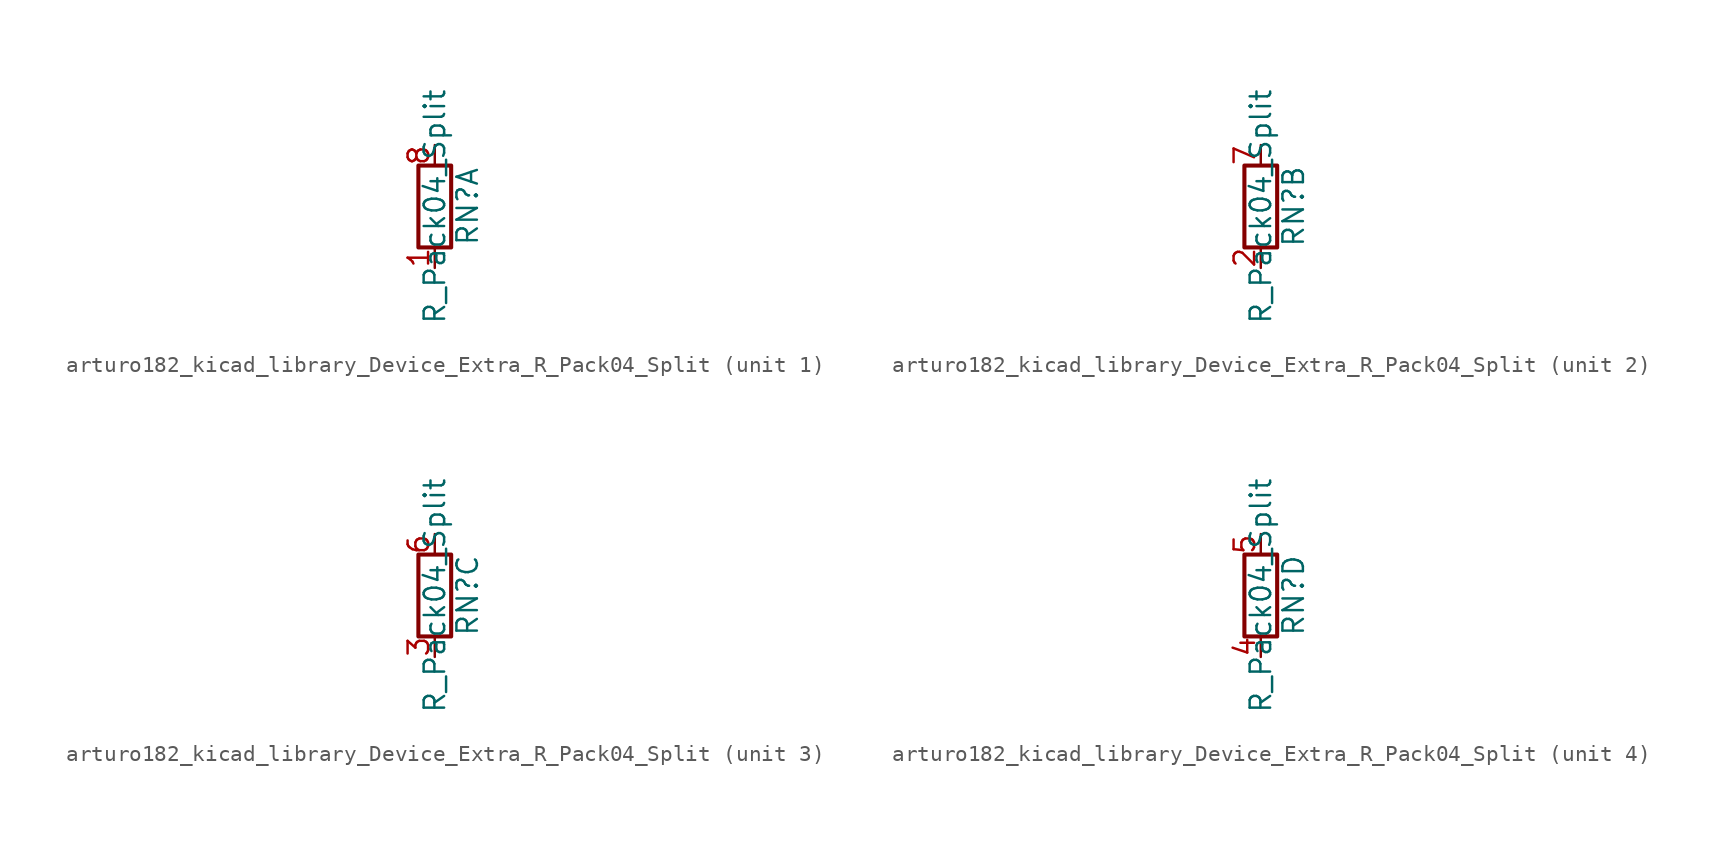
<source format=kicad_sym>
(kicad_symbol_lib
  (version 20220914)
  (generator kicad_symbol_editor)
  (symbol "arturo182_kicad_library_Device_Extra_R_Pack04_Split"
    (pin_names
      (offset 0) hide)
    (property "Reference" "RN"
      (at 2.032 0 90)
      (effects (font (size 1.27 1.27))))
    (property "Value" "R_Pack04_Split"
      (at 0 0 90)
      (effects (font (size 1.27 1.27))))
    (symbol "arturo182_kicad_library_Device_Extra_R_Pack04_Split_0_1"
      (rectangle (start 1.016 2.54) (end -1.016 -2.54) (stroke (width 0.254) (type default)) (fill (type none))))
    (symbol "arturo182_kicad_library_Device_Extra_R_Pack04_Split_1_1"
      (pin passive line (at 0 -3.81 90) (length 1.27) (name "R1.1" (effects (font (size 1.27 1.27)))) (number "1" (effects (font (size 1.27 1.27)))))
      (pin passive line (at 0 3.81 270) (length 1.27) (name "R1.2" (effects (font (size 1.27 1.27)))) (number "8" (effects (font (size 1.27 1.27))))))
    (symbol "arturo182_kicad_library_Device_Extra_R_Pack04_Split_2_1"
      (pin passive line (at 0 -3.81 90) (length 1.27) (name "R2.1" (effects (font (size 1.27 1.27)))) (number "2" (effects (font (size 1.27 1.27)))))
      (pin passive line (at 0 3.81 270) (length 1.27) (name "R2.2" (effects (font (size 1.27 1.27)))) (number "7" (effects (font (size 1.27 1.27))))))
    (symbol "arturo182_kicad_library_Device_Extra_R_Pack04_Split_3_1"
      (pin passive line (at 0 -3.81 90) (length 1.27) (name "R3.1" (effects (font (size 1.27 1.27)))) (number "3" (effects (font (size 1.27 1.27)))))
      (pin passive line (at 0 3.81 270) (length 1.27) (name "R3.2" (effects (font (size 1.27 1.27)))) (number "6" (effects (font (size 1.27 1.27))))))
    (symbol "arturo182_kicad_library_Device_Extra_R_Pack04_Split_4_1"
      (pin passive line (at 0 -3.81 90) (length 1.27) (name "R4.1" (effects (font (size 1.27 1.27)))) (number "4" (effects (font (size 1.27 1.27)))))
      (pin passive line (at 0 3.81 270) (length 1.27) (name "R4.2" (effects (font (size 1.27 1.27)))) (number "5" (effects (font (size 1.27 1.27))))))))
</source>
